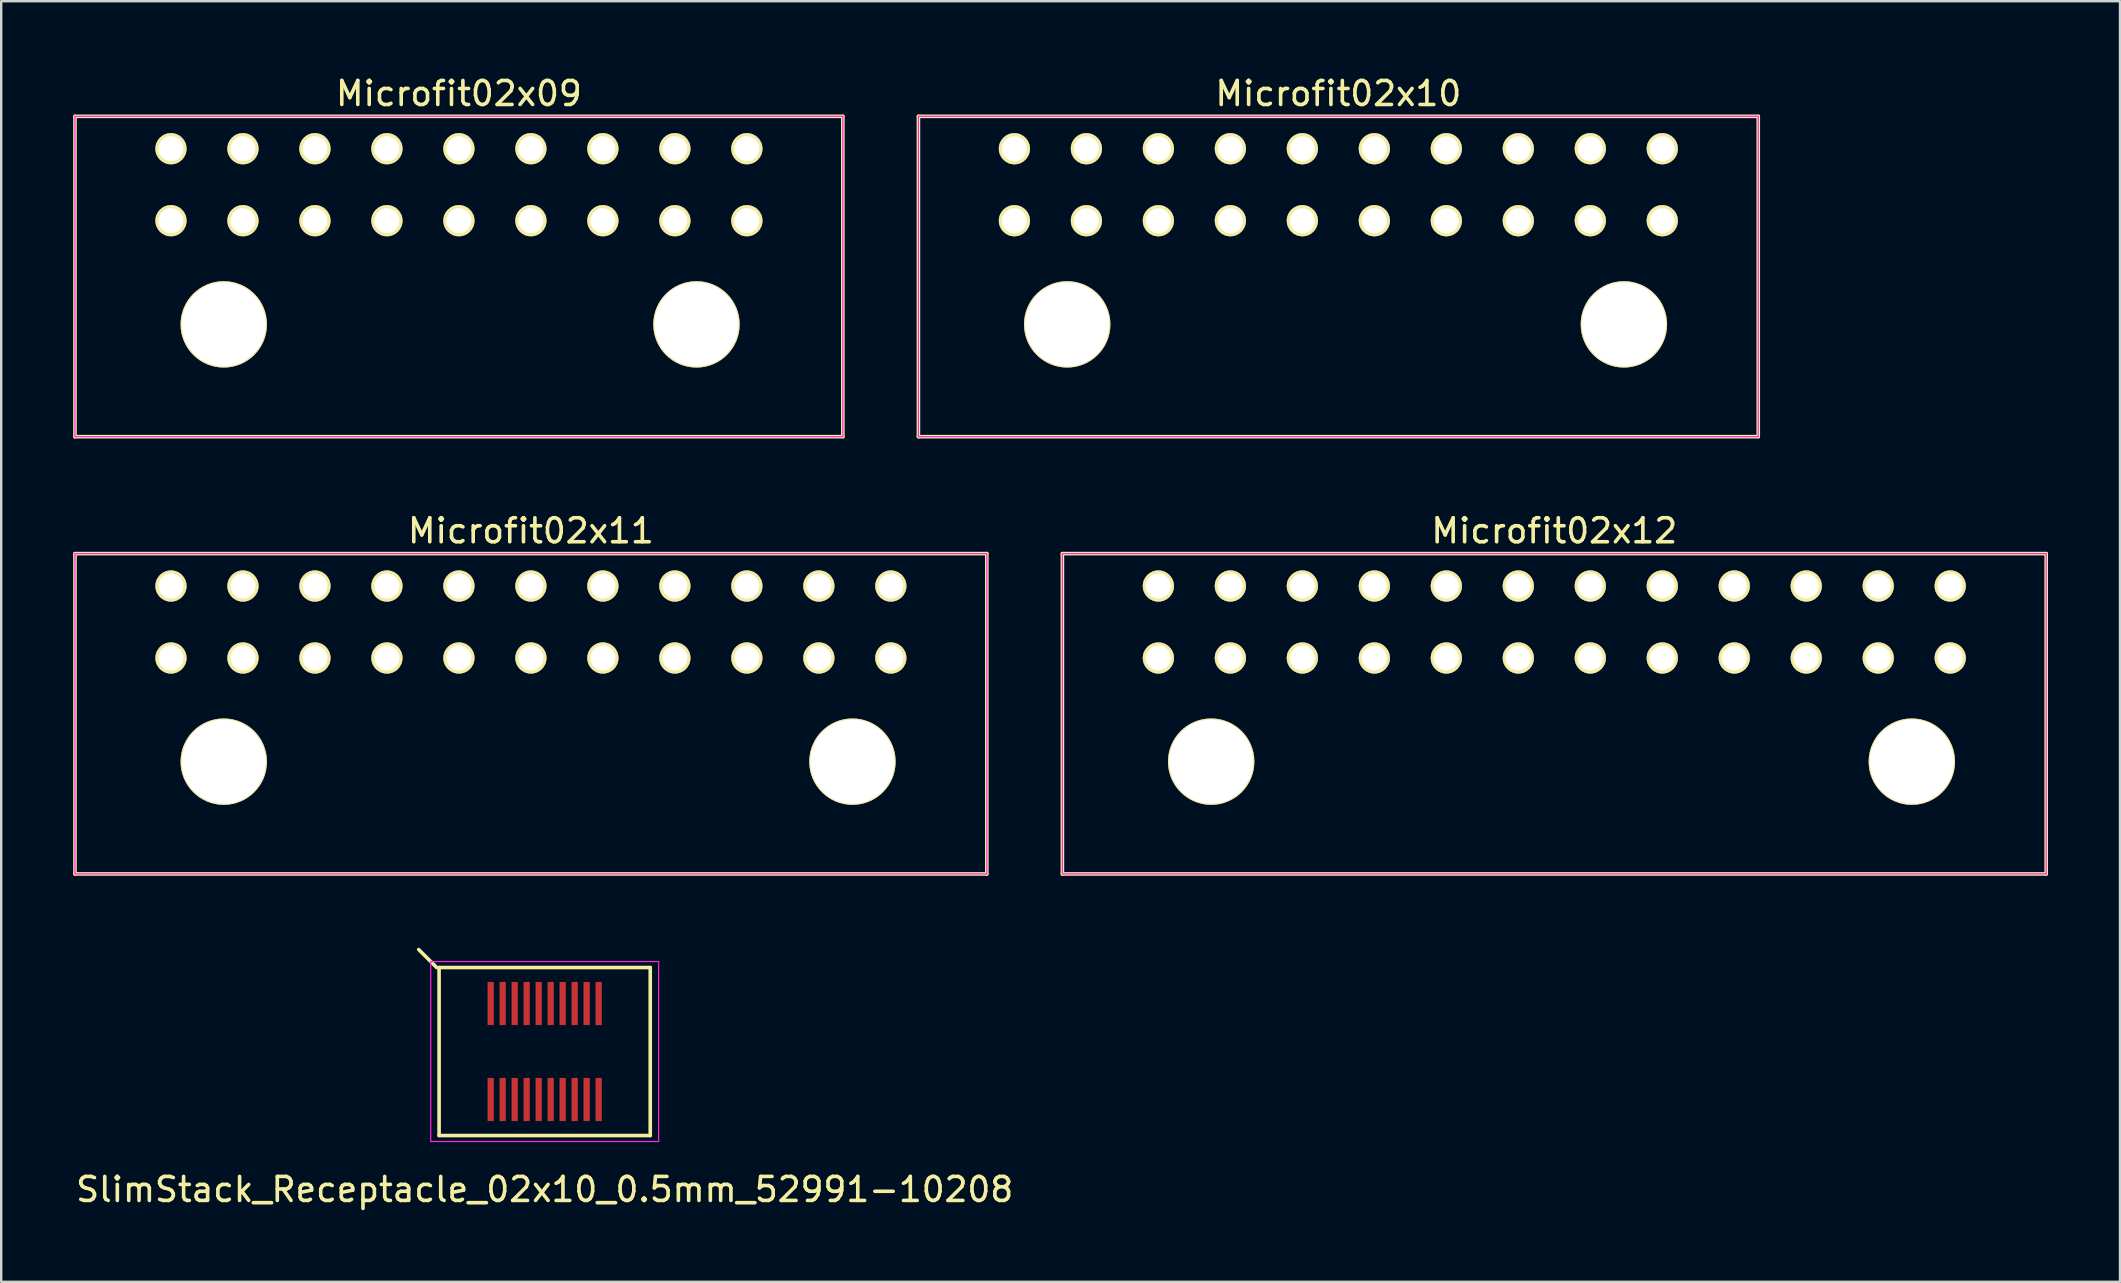
<source format=kicad_pcb>
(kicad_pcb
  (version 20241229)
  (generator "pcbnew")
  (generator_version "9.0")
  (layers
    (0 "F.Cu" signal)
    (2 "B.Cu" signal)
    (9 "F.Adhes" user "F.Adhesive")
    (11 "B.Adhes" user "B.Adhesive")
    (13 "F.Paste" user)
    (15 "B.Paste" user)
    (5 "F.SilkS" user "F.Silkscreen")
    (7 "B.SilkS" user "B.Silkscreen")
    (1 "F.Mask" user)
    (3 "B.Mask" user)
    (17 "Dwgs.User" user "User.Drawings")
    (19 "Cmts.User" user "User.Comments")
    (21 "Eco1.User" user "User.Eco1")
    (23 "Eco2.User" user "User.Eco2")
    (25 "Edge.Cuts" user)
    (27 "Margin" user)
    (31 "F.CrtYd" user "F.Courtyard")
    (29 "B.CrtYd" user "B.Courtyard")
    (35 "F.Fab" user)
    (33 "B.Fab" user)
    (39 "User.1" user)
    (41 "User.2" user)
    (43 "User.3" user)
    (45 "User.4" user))
  (footprint "Microfit02x12"
    (layer "F.Cu")
    (at 61.725 24.372)
    (property "Reference" "Microfit02x12" (at 0 -5.3 0) (layer "F.SilkS") (effects (font (size 1 1) (thickness 0.15))))
    (attr through_hole)
    (fp_line (start -20.5 -4.35) (end 20.5 -4.35) (stroke (width 0.15) (type solid)) (layer "F.SilkS"))
    (fp_line (start -20.5 9) (end -20.5 -4.35) (stroke (width 0.15) (type solid)) (layer "F.SilkS"))
    (fp_line (start 20.5 -4.35) (end 20.5 9) (stroke (width 0.15) (type solid)) (layer "F.SilkS"))
    (fp_line (start 20.5 9) (end -20.5 9) (stroke (width 0.15) (type solid)) (layer "F.SilkS"))
    (fp_line (start -20.5 -4.35) (end -20.5 9) (stroke (width 0.05) (type solid)) (layer "F.CrtYd"))
    (fp_line (start -20.5 9) (end 20.5 9) (stroke (width 0.05) (type solid)) (layer "F.CrtYd"))
    (fp_line (start 20.5 -4.35) (end -20.5 -4.35) (stroke (width 0.05) (type solid)) (layer "F.CrtYd"))
    (fp_line (start 20.5 9) (end 20.5 -4.35) (stroke (width 0.05) (type solid)) (layer "F.CrtYd"))
    (pad "" thru_hole circle (at -14.3 4.32) (size 3.6 3.6) (drill 3.5) (layers "*.Cu" "*.Mask" "F.SilkS"))
    (pad "" thru_hole circle (at 14.9 4.32) (size 3.6 3.6) (drill 3.5) (layers "*.Cu" "*.Mask" "F.SilkS"))
    (pad "1" thru_hole circle (at -16.5 0) (size 1.3 1.3) (drill 1.04) (layers "*.Cu" "*.Mask" "F.SilkS"))
    (pad "2" thru_hole circle (at -16.5 -3) (size 1.3 1.3) (drill 1.04) (layers "*.Cu" "*.Mask" "F.SilkS"))
    (pad "3" thru_hole circle (at -13.5 0) (size 1.3 1.3) (drill 1.04) (layers "*.Cu" "*.Mask" "F.SilkS"))
    (pad "4" thru_hole circle (at -13.5 -3) (size 1.3 1.3) (drill 1.04) (layers "*.Cu" "*.Mask" "F.SilkS"))
    (pad "5" thru_hole circle (at -10.5 0) (size 1.3 1.3) (drill 1.04) (layers "*.Cu" "*.Mask" "F.SilkS"))
    (pad "6" thru_hole circle (at -10.5 -3) (size 1.3 1.3) (drill 1.04) (layers "*.Cu" "*.Mask" "F.SilkS"))
    (pad "7" thru_hole circle (at -7.5 0) (size 1.3 1.3) (drill 1.04) (layers "*.Cu" "*.Mask" "F.SilkS"))
    (pad "8" thru_hole circle (at -7.5 -3) (size 1.3 1.3) (drill 1.04) (layers "*.Cu" "*.Mask" "F.SilkS"))
    (pad "9" thru_hole circle (at -4.5 0) (size 1.3 1.3) (drill 1.04) (layers "*.Cu" "*.Mask" "F.SilkS"))
    (pad "10" thru_hole circle (at -4.5 -3) (size 1.3 1.3) (drill 1.04) (layers "*.Cu" "*.Mask" "F.SilkS"))
    (pad "11" thru_hole circle (at -1.5 0) (size 1.3 1.3) (drill 1.04) (layers "*.Cu" "*.Mask" "F.SilkS"))
    (pad "12" thru_hole circle (at -1.5 -3) (size 1.3 1.3) (drill 1.04) (layers "*.Cu" "*.Mask" "F.SilkS"))
    (pad "13" thru_hole circle (at 1.5 0) (size 1.3 1.3) (drill 1.04) (layers "*.Cu" "*.Mask" "F.SilkS"))
    (pad "14" thru_hole circle (at 1.5 -3) (size 1.3 1.3) (drill 1.04) (layers "*.Cu" "*.Mask" "F.SilkS"))
    (pad "15" thru_hole circle (at 4.5 0) (size 1.3 1.3) (drill 1.04) (layers "*.Cu" "*.Mask" "F.SilkS"))
    (pad "16" thru_hole circle (at 4.5 -3) (size 1.3 1.3) (drill 1.04) (layers "*.Cu" "*.Mask" "F.SilkS"))
    (pad "17" thru_hole circle (at 7.5 0) (size 1.3 1.3) (drill 1.04) (layers "*.Cu" "*.Mask" "F.SilkS"))
    (pad "18" thru_hole circle (at 7.5 -3) (size 1.3 1.3) (drill 1.04) (layers "*.Cu" "*.Mask" "F.SilkS"))
    (pad "19" thru_hole circle (at 10.5 0) (size 1.3 1.3) (drill 1.04) (layers "*.Cu" "*.Mask" "F.SilkS"))
    (pad "20" thru_hole circle (at 10.5 -3) (size 1.3 1.3) (drill 1.04) (layers "*.Cu" "*.Mask" "F.SilkS"))
    (pad "21" thru_hole circle (at 13.5 0) (size 1.3 1.3) (drill 1.04) (layers "*.Cu" "*.Mask" "F.SilkS"))
    (pad "22" thru_hole circle (at 13.5 -3) (size 1.3 1.3) (drill 1.04) (layers "*.Cu" "*.Mask" "F.SilkS"))
    (pad "23" thru_hole circle (at 16.5 0) (size 1.3 1.3) (drill 1.04) (layers "*.Cu" "*.Mask" "F.SilkS"))
    (pad "24" thru_hole circle (at 16.5 -3) (size 1.3 1.3) (drill 1.04) (layers "*.Cu" "*.Mask" "F.SilkS")))
  (footprint "SlimStack_Receptacle_02x10_0.5mm_52991-10208"
    (layer "F.Cu")
    (at 19.649 40.772)
    (property "Reference" "SlimStack_Receptacle_02x10_0.5mm_52991-10208" (at 0 5.75 0) (layer "F.SilkS") (effects (font (size 1 1) (thickness 0.15))))
    (attr smd)
    (fp_line (start -4.5 -3.5) (end -5.25 -4.25) (stroke (width 0.15) (type solid)) (layer "F.SilkS"))
    (fp_line (start -4.4 -3.5) (end -4.4 3.5) (stroke (width 0.15) (type solid)) (layer "F.SilkS"))
    (fp_line (start -4.4 3.5) (end 4.4 3.5) (stroke (width 0.15) (type solid)) (layer "F.SilkS"))
    (fp_line (start 4.4 -3.5) (end -4.4 -3.5) (stroke (width 0.15) (type solid)) (layer "F.SilkS"))
    (fp_line (start 4.4 3.5) (end 4.4 -3.5) (stroke (width 0.15) (type solid)) (layer "F.SilkS"))
    (fp_line (start -4.75 -3.75) (end -4.75 3.75) (stroke (width 0.05) (type solid)) (layer "F.CrtYd"))
    (fp_line (start -4.75 3.75) (end 4.75 3.75) (stroke (width 0.05) (type solid)) (layer "F.CrtYd"))
    (fp_line (start 4.75 -3.75) (end -4.75 -3.75) (stroke (width 0.05) (type solid)) (layer "F.CrtYd"))
    (fp_line (start 4.75 3.75) (end 4.75 -3.75) (stroke (width 0.05) (type solid)) (layer "F.CrtYd"))
    (pad "1" smd rect (at -2.25 -2) (size 0.26 1.8) (layers "F.Cu" "F.Mask" "F.Paste"))
    (pad "2" smd rect (at -2.25 2) (size 0.26 1.8) (layers "F.Cu" "F.Mask" "F.Paste"))
    (pad "3" smd rect (at -1.75 -2) (size 0.26 1.8) (layers "F.Cu" "F.Mask" "F.Paste"))
    (pad "4" smd rect (at -1.75 2) (size 0.26 1.8) (layers "F.Cu" "F.Mask" "F.Paste"))
    (pad "5" smd rect (at -1.25 -2) (size 0.26 1.8) (layers "F.Cu" "F.Mask" "F.Paste"))
    (pad "6" smd rect (at -1.25 2) (size 0.26 1.8) (layers "F.Cu" "F.Mask" "F.Paste"))
    (pad "7" smd rect (at -0.75 -2) (size 0.26 1.8) (layers "F.Cu" "F.Mask" "F.Paste"))
    (pad "8" smd rect (at -0.75 2) (size 0.26 1.8) (layers "F.Cu" "F.Mask" "F.Paste"))
    (pad "9" smd rect (at -0.25 -2) (size 0.26 1.8) (layers "F.Cu" "F.Mask" "F.Paste"))
    (pad "10" smd rect (at -0.25 2) (size 0.26 1.8) (layers "F.Cu" "F.Mask" "F.Paste"))
    (pad "11" smd rect (at 0.25 -2) (size 0.26 1.8) (layers "F.Cu" "F.Mask" "F.Paste"))
    (pad "12" smd rect (at 0.25 2) (size 0.26 1.8) (layers "F.Cu" "F.Mask" "F.Paste"))
    (pad "13" smd rect (at 0.75 -2) (size 0.26 1.8) (layers "F.Cu" "F.Mask" "F.Paste"))
    (pad "14" smd rect (at 0.75 2) (size 0.26 1.8) (layers "F.Cu" "F.Mask" "F.Paste"))
    (pad "15" smd rect (at 1.25 -2) (size 0.26 1.8) (layers "F.Cu" "F.Mask" "F.Paste"))
    (pad "16" smd rect (at 1.25 2) (size 0.26 1.8) (layers "F.Cu" "F.Mask" "F.Paste"))
    (pad "17" smd rect (at 1.75 -2) (size 0.26 1.8) (layers "F.Cu" "F.Mask" "F.Paste"))
    (pad "18" smd rect (at 1.75 2) (size 0.26 1.8) (layers "F.Cu" "F.Mask" "F.Paste"))
    (pad "19" smd rect (at 2.25 -2) (size 0.26 1.8) (layers "F.Cu" "F.Mask" "F.Paste"))
    (pad "20" smd rect (at 2.25 2) (size 0.26 1.8) (layers "F.Cu" "F.Mask" "F.Paste")))
  (footprint "Microfit02x10"
    (layer "F.Cu")
    (at 39.225 6.148)
    (property "Reference" "Microfit02x10" (at 13.5 -5.3 0) (layer "F.SilkS") (effects (font (size 1 1) (thickness 0.15))))
    (attr through_hole)
    (fp_line (start -4 -4.35) (end 31 -4.35) (stroke (width 0.15) (type solid)) (layer "F.SilkS"))
    (fp_line (start -4 9) (end -4 -4.35) (stroke (width 0.15) (type solid)) (layer "F.SilkS"))
    (fp_line (start 31 -4.35) (end 31 9) (stroke (width 0.15) (type solid)) (layer "F.SilkS"))
    (fp_line (start 31 9) (end -4 9) (stroke (width 0.15) (type solid)) (layer "F.SilkS"))
    (fp_line (start -4 -4.35) (end -4 9) (stroke (width 0.05) (type solid)) (layer "F.CrtYd"))
    (fp_line (start -4 9) (end 31 9) (stroke (width 0.05) (type solid)) (layer "F.CrtYd"))
    (fp_line (start 31 -4.35) (end -4 -4.35) (stroke (width 0.05) (type solid)) (layer "F.CrtYd"))
    (fp_line (start 31 9) (end 31 -4.35) (stroke (width 0.05) (type solid)) (layer "F.CrtYd"))
    (pad "" thru_hole circle (at 2.2 4.32) (size 3.6 3.6) (drill 3.5) (layers "*.Cu" "*.Mask" "F.SilkS"))
    (pad "" thru_hole circle (at 25.4 4.32) (size 3.6 3.6) (drill 3.5) (layers "*.Cu" "*.Mask" "F.SilkS"))
    (pad "1" thru_hole circle (at 0 0) (size 1.3 1.3) (drill 1.04) (layers "*.Cu" "*.Mask" "F.SilkS"))
    (pad "2" thru_hole circle (at 0 -3) (size 1.3 1.3) (drill 1.04) (layers "*.Cu" "*.Mask" "F.SilkS"))
    (pad "3" thru_hole circle (at 3 0) (size 1.3 1.3) (drill 1.04) (layers "*.Cu" "*.Mask" "F.SilkS"))
    (pad "4" thru_hole circle (at 3 -3) (size 1.3 1.3) (drill 1.04) (layers "*.Cu" "*.Mask" "F.SilkS"))
    (pad "5" thru_hole circle (at 6 0) (size 1.3 1.3) (drill 1.04) (layers "*.Cu" "*.Mask" "F.SilkS"))
    (pad "6" thru_hole circle (at 6 -3) (size 1.3 1.3) (drill 1.04) (layers "*.Cu" "*.Mask" "F.SilkS"))
    (pad "7" thru_hole circle (at 9 0) (size 1.3 1.3) (drill 1.04) (layers "*.Cu" "*.Mask" "F.SilkS"))
    (pad "8" thru_hole circle (at 9 -3) (size 1.3 1.3) (drill 1.04) (layers "*.Cu" "*.Mask" "F.SilkS"))
    (pad "9" thru_hole circle (at 12 0) (size 1.3 1.3) (drill 1.04) (layers "*.Cu" "*.Mask" "F.SilkS"))
    (pad "10" thru_hole circle (at 12 -3) (size 1.3 1.3) (drill 1.04) (layers "*.Cu" "*.Mask" "F.SilkS"))
    (pad "11" thru_hole circle (at 15 0) (size 1.3 1.3) (drill 1.04) (layers "*.Cu" "*.Mask" "F.SilkS"))
    (pad "12" thru_hole circle (at 15 -3) (size 1.3 1.3) (drill 1.04) (layers "*.Cu" "*.Mask" "F.SilkS"))
    (pad "13" thru_hole circle (at 18 0) (size 1.3 1.3) (drill 1.04) (layers "*.Cu" "*.Mask" "F.SilkS"))
    (pad "14" thru_hole circle (at 18 -3) (size 1.3 1.3) (drill 1.04) (layers "*.Cu" "*.Mask" "F.SilkS"))
    (pad "15" thru_hole circle (at 21 0) (size 1.3 1.3) (drill 1.04) (layers "*.Cu" "*.Mask" "F.SilkS"))
    (pad "16" thru_hole circle (at 21 -3) (size 1.3 1.3) (drill 1.04) (layers "*.Cu" "*.Mask" "F.SilkS"))
    (pad "17" thru_hole circle (at 24 0) (size 1.3 1.3) (drill 1.04) (layers "*.Cu" "*.Mask" "F.SilkS"))
    (pad "18" thru_hole circle (at 24 -3) (size 1.3 1.3) (drill 1.04) (layers "*.Cu" "*.Mask" "F.SilkS"))
    (pad "19" thru_hole circle (at 27 0) (size 1.3 1.3) (drill 1.04) (layers "*.Cu" "*.Mask" "F.SilkS"))
    (pad "20" thru_hole circle (at 27 -3) (size 1.3 1.3) (drill 1.04) (layers "*.Cu" "*.Mask" "F.SilkS")))
  (footprint "Microfit02x09"
    (layer "F.Cu")
    (at 16.075 6.148)
    (property "Reference" "Microfit02x09" (at 0 -5.3 0) (layer "F.SilkS") (effects (font (size 1 1) (thickness 0.15))))
    (attr through_hole)
    (fp_line (start -16 -4.35) (end 16 -4.35) (stroke (width 0.15) (type solid)) (layer "F.SilkS"))
    (fp_line (start -16 9) (end -16 -4.35) (stroke (width 0.15) (type solid)) (layer "F.SilkS"))
    (fp_line (start 16 -4.35) (end 16 9) (stroke (width 0.15) (type solid)) (layer "F.SilkS"))
    (fp_line (start 16 9) (end -16 9) (stroke (width 0.15) (type solid)) (layer "F.SilkS"))
    (fp_line (start -16 -4.35) (end -16 9) (stroke (width 0.05) (type solid)) (layer "F.CrtYd"))
    (fp_line (start -16 9) (end 16 9) (stroke (width 0.05) (type solid)) (layer "F.CrtYd"))
    (fp_line (start 16 -4.35) (end -16 -4.35) (stroke (width 0.05) (type solid)) (layer "F.CrtYd"))
    (fp_line (start 16 9) (end 16 -4.35) (stroke (width 0.05) (type solid)) (layer "F.CrtYd"))
    (pad "" thru_hole circle (at -9.8 4.32) (size 3.6 3.6) (drill 3.5) (layers "*.Cu" "*.Mask" "F.SilkS"))
    (pad "" thru_hole circle (at 9.9 4.32) (size 3.6 3.6) (drill 3.5) (layers "*.Cu" "*.Mask" "F.SilkS"))
    (pad "1" thru_hole circle (at -12 0) (size 1.3 1.3) (drill 1.04) (layers "*.Cu" "*.Mask" "F.SilkS"))
    (pad "2" thru_hole circle (at -12 -3) (size 1.3 1.3) (drill 1.04) (layers "*.Cu" "*.Mask" "F.SilkS"))
    (pad "3" thru_hole circle (at -9 0) (size 1.3 1.3) (drill 1.04) (layers "*.Cu" "*.Mask" "F.SilkS"))
    (pad "4" thru_hole circle (at -9 -3) (size 1.3 1.3) (drill 1.04) (layers "*.Cu" "*.Mask" "F.SilkS"))
    (pad "5" thru_hole circle (at -6 0) (size 1.3 1.3) (drill 1.04) (layers "*.Cu" "*.Mask" "F.SilkS"))
    (pad "6" thru_hole circle (at -6 -3) (size 1.3 1.3) (drill 1.04) (layers "*.Cu" "*.Mask" "F.SilkS"))
    (pad "7" thru_hole circle (at -3 0) (size 1.3 1.3) (drill 1.04) (layers "*.Cu" "*.Mask" "F.SilkS"))
    (pad "8" thru_hole circle (at -3 -3) (size 1.3 1.3) (drill 1.04) (layers "*.Cu" "*.Mask" "F.SilkS"))
    (pad "9" thru_hole circle (at 0 0) (size 1.3 1.3) (drill 1.04) (layers "*.Cu" "*.Mask" "F.SilkS"))
    (pad "10" thru_hole circle (at 0 -3) (size 1.3 1.3) (drill 1.04) (layers "*.Cu" "*.Mask" "F.SilkS"))
    (pad "11" thru_hole circle (at 3 0) (size 1.3 1.3) (drill 1.04) (layers "*.Cu" "*.Mask" "F.SilkS"))
    (pad "12" thru_hole circle (at 3 -3) (size 1.3 1.3) (drill 1.04) (layers "*.Cu" "*.Mask" "F.SilkS"))
    (pad "13" thru_hole circle (at 6 0) (size 1.3 1.3) (drill 1.04) (layers "*.Cu" "*.Mask" "F.SilkS"))
    (pad "14" thru_hole circle (at 6 -3) (size 1.3 1.3) (drill 1.04) (layers "*.Cu" "*.Mask" "F.SilkS"))
    (pad "15" thru_hole circle (at 9 0) (size 1.3 1.3) (drill 1.04) (layers "*.Cu" "*.Mask" "F.SilkS"))
    (pad "16" thru_hole circle (at 9 -3) (size 1.3 1.3) (drill 1.04) (layers "*.Cu" "*.Mask" "F.SilkS"))
    (pad "17" thru_hole circle (at 12 0) (size 1.3 1.3) (drill 1.04) (layers "*.Cu" "*.Mask" "F.SilkS"))
    (pad "18" thru_hole circle (at 12 -3) (size 1.3 1.3) (drill 1.04) (layers "*.Cu" "*.Mask" "F.SilkS")))
  (footprint "Microfit02x11"
    (layer "F.Cu")
    (at 19.075 24.372)
    (property "Reference" "Microfit02x11" (at 0 -5.3 0) (layer "F.SilkS") (effects (font (size 1 1) (thickness 0.15))))
    (attr through_hole)
    (fp_line (start -19 -4.35) (end 19 -4.35) (stroke (width 0.15) (type solid)) (layer "F.SilkS"))
    (fp_line (start -19 9) (end -19 -4.35) (stroke (width 0.15) (type solid)) (layer "F.SilkS"))
    (fp_line (start 19 -4.35) (end 19 9) (stroke (width 0.15) (type solid)) (layer "F.SilkS"))
    (fp_line (start 19 9) (end -19 9) (stroke (width 0.15) (type solid)) (layer "F.SilkS"))
    (fp_line (start -19 -4.35) (end -19 9) (stroke (width 0.05) (type solid)) (layer "F.CrtYd"))
    (fp_line (start -19 9) (end 19 9) (stroke (width 0.05) (type solid)) (layer "F.CrtYd"))
    (fp_line (start 19 -4.35) (end -19 -4.35) (stroke (width 0.05) (type solid)) (layer "F.CrtYd"))
    (fp_line (start 19 9) (end 19 -4.35) (stroke (width 0.05) (type solid)) (layer "F.CrtYd"))
    (pad "" thru_hole circle (at -12.8 4.32) (size 3.6 3.6) (drill 3.5) (layers "*.Cu" "*.Mask" "F.SilkS"))
    (pad "" thru_hole circle (at 13.4 4.32) (size 3.6 3.6) (drill 3.5) (layers "*.Cu" "*.Mask" "F.SilkS"))
    (pad "1" thru_hole circle (at -15 0) (size 1.3 1.3) (drill 1.04) (layers "*.Cu" "*.Mask" "F.SilkS"))
    (pad "2" thru_hole circle (at -15 -3) (size 1.3 1.3) (drill 1.04) (layers "*.Cu" "*.Mask" "F.SilkS"))
    (pad "3" thru_hole circle (at -12 0) (size 1.3 1.3) (drill 1.04) (layers "*.Cu" "*.Mask" "F.SilkS"))
    (pad "4" thru_hole circle (at -12 -3) (size 1.3 1.3) (drill 1.04) (layers "*.Cu" "*.Mask" "F.SilkS"))
    (pad "5" thru_hole circle (at -9 0) (size 1.3 1.3) (drill 1.04) (layers "*.Cu" "*.Mask" "F.SilkS"))
    (pad "6" thru_hole circle (at -9 -3) (size 1.3 1.3) (drill 1.04) (layers "*.Cu" "*.Mask" "F.SilkS"))
    (pad "7" thru_hole circle (at -6 0) (size 1.3 1.3) (drill 1.04) (layers "*.Cu" "*.Mask" "F.SilkS"))
    (pad "8" thru_hole circle (at -6 -3) (size 1.3 1.3) (drill 1.04) (layers "*.Cu" "*.Mask" "F.SilkS"))
    (pad "9" thru_hole circle (at -3 0) (size 1.3 1.3) (drill 1.04) (layers "*.Cu" "*.Mask" "F.SilkS"))
    (pad "10" thru_hole circle (at -3 -3) (size 1.3 1.3) (drill 1.04) (layers "*.Cu" "*.Mask" "F.SilkS"))
    (pad "11" thru_hole circle (at 0 0) (size 1.3 1.3) (drill 1.04) (layers "*.Cu" "*.Mask" "F.SilkS"))
    (pad "12" thru_hole circle (at 0 -3) (size 1.3 1.3) (drill 1.04) (layers "*.Cu" "*.Mask" "F.SilkS"))
    (pad "13" thru_hole circle (at 3 0) (size 1.3 1.3) (drill 1.04) (layers "*.Cu" "*.Mask" "F.SilkS"))
    (pad "14" thru_hole circle (at 3 -3) (size 1.3 1.3) (drill 1.04) (layers "*.Cu" "*.Mask" "F.SilkS"))
    (pad "15" thru_hole circle (at 6 0) (size 1.3 1.3) (drill 1.04) (layers "*.Cu" "*.Mask" "F.SilkS"))
    (pad "16" thru_hole circle (at 6 -3) (size 1.3 1.3) (drill 1.04) (layers "*.Cu" "*.Mask" "F.SilkS"))
    (pad "17" thru_hole circle (at 9 0) (size 1.3 1.3) (drill 1.04) (layers "*.Cu" "*.Mask" "F.SilkS"))
    (pad "18" thru_hole circle (at 9 -3) (size 1.3 1.3) (drill 1.04) (layers "*.Cu" "*.Mask" "F.SilkS"))
    (pad "19" thru_hole circle (at 12 0) (size 1.3 1.3) (drill 1.04) (layers "*.Cu" "*.Mask" "F.SilkS"))
    (pad "20" thru_hole circle (at 12 -3) (size 1.3 1.3) (drill 1.04) (layers "*.Cu" "*.Mask" "F.SilkS"))
    (pad "21" thru_hole circle (at 15 0) (size 1.3 1.3) (drill 1.04) (layers "*.Cu" "*.Mask" "F.SilkS"))
    (pad "22" thru_hole circle (at 15 -3) (size 1.3 1.3) (drill 1.04) (layers "*.Cu" "*.Mask" "F.SilkS")))
  (gr_rect
    (start -3 -3)
    (end 85.3 50.37)
    (stroke (width 0.1) (type default))
    (fill no)
    (layer "Edge.Cuts")))
</source>
